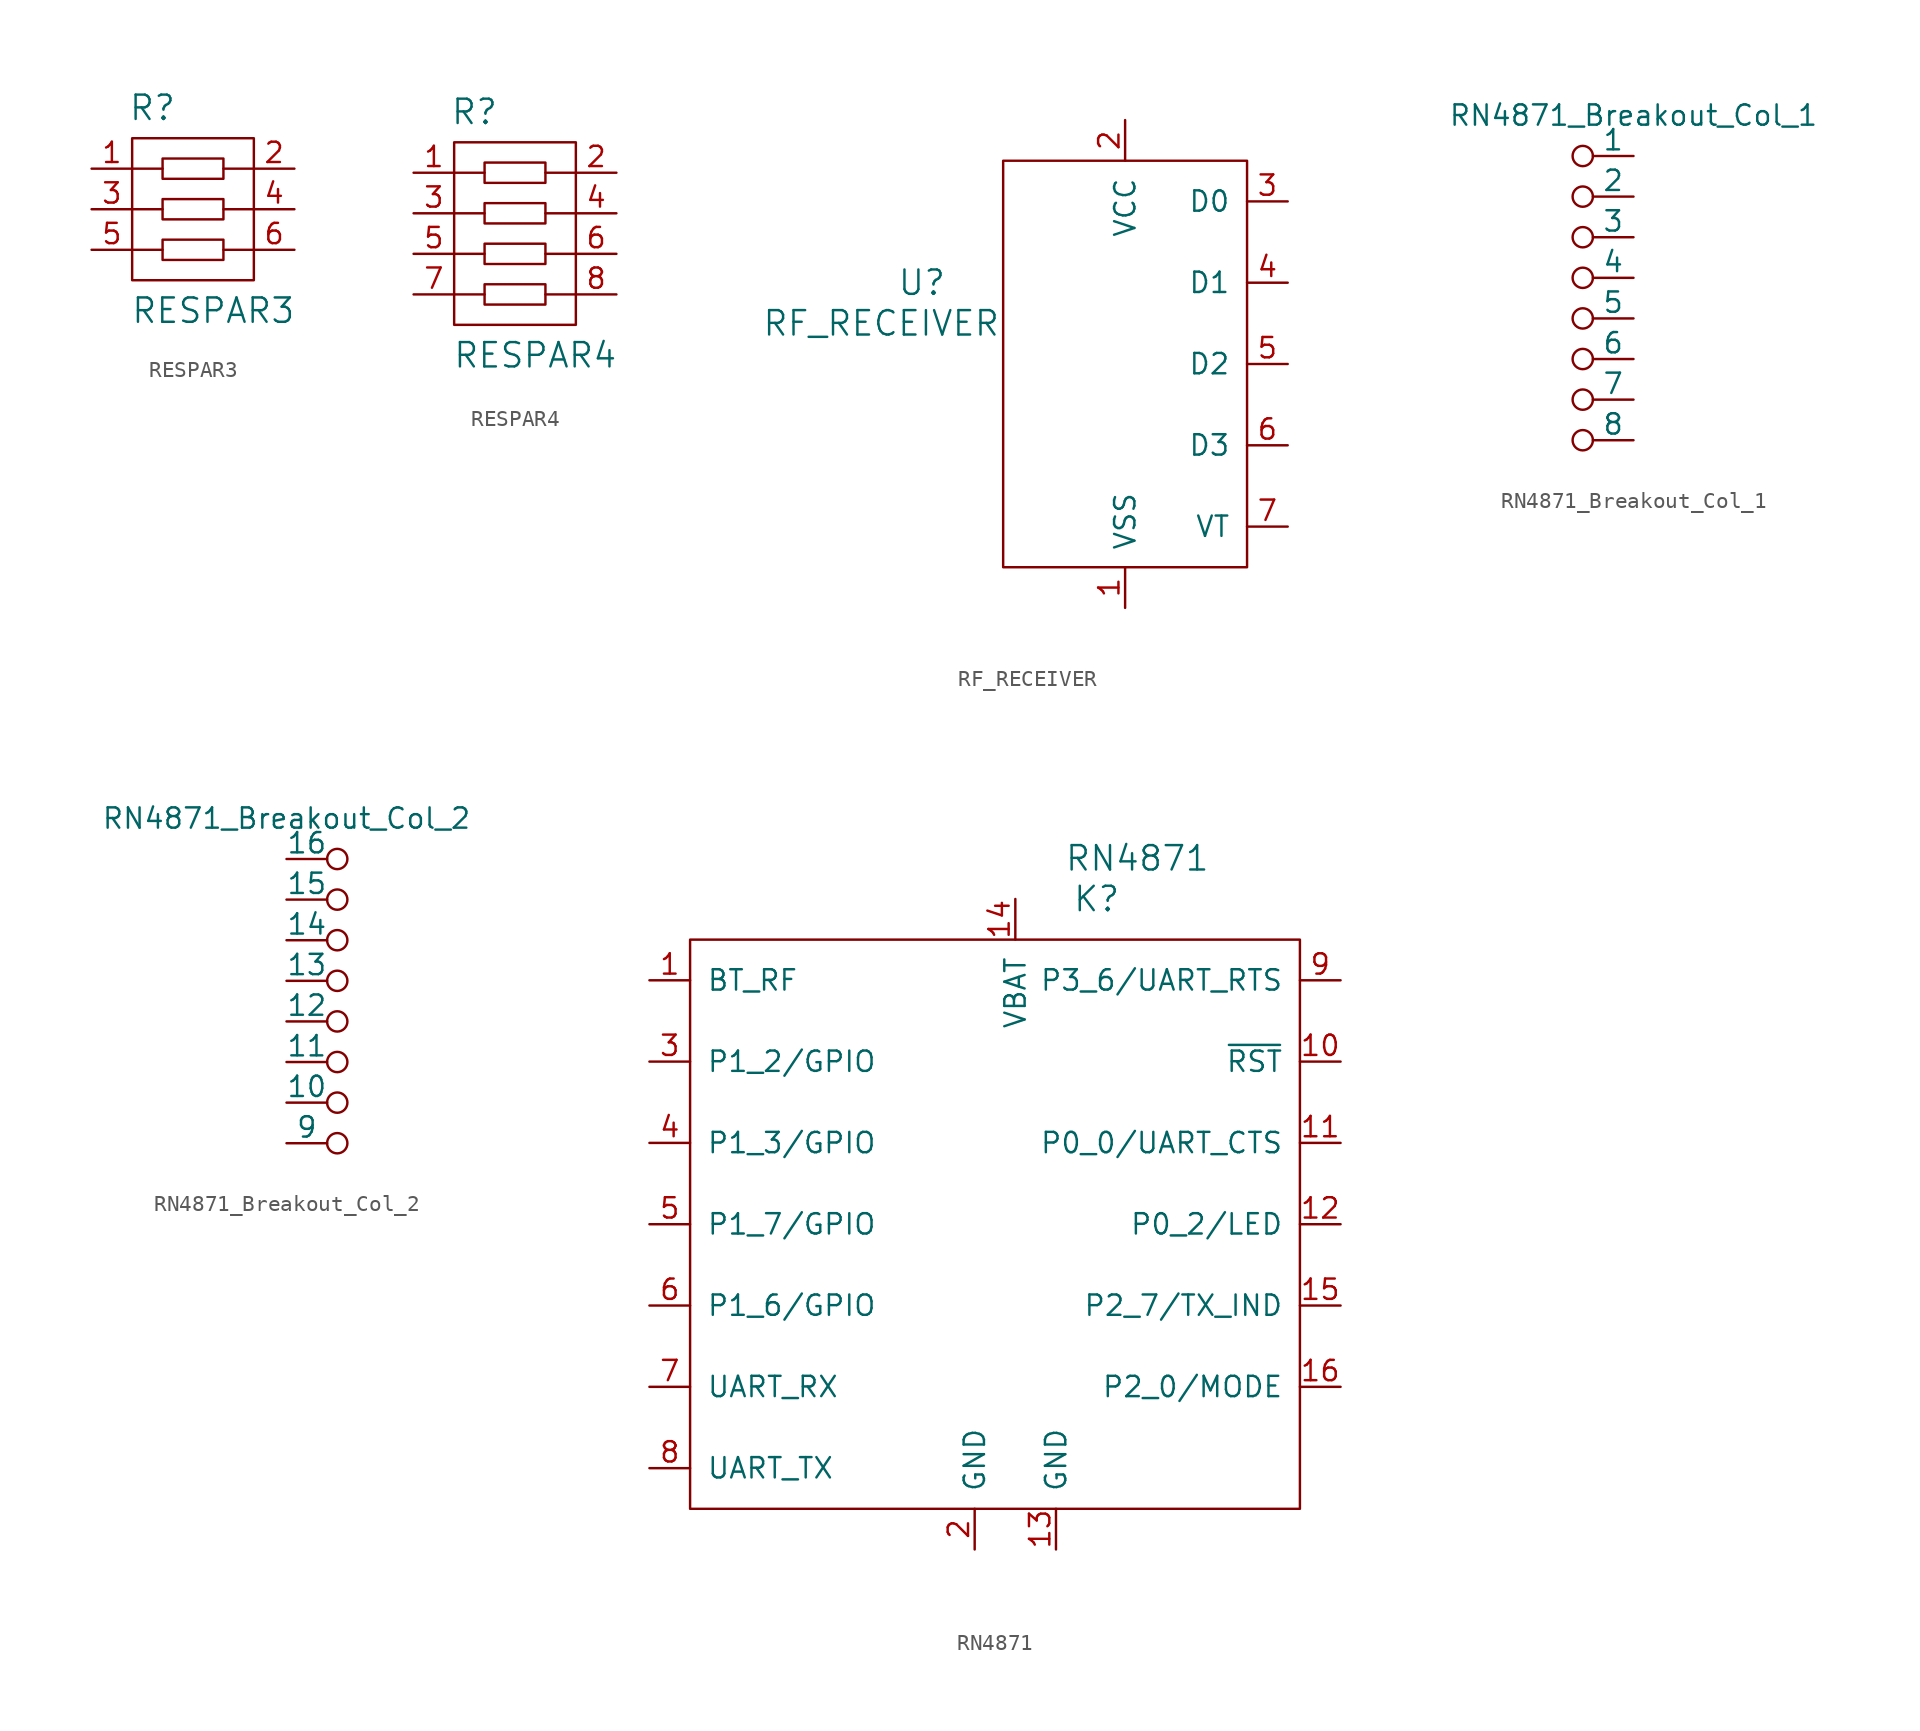
<source format=kicad_sym>
(kicad_symbol_lib
  (version 20211014)
  (generator kicad_symbol_editor)
  (symbol "RESPAR3"
    (pin_names
      (offset 1.016) hide)
    (property "Reference" "R"
      (at -2.54 6.35 0)
      (effects (font (size 1.524 1.524))))
    (property "Value" "RESPAR3"
      (at 1.27 -6.35 0)
      (effects (font (size 1.524 1.524))))
    (property "Footprint" ""
      (at 0 0 0)
      (effects (font (size 1.524 1.524))))
    (property "Datasheet" ""
      (at 0 0 0)
      (effects (font (size 1.524 1.524))))
    (symbol "RESPAR3_0_1"
      (rectangle (start -3.81 4.445) (end 3.81 -4.445) (stroke (width 0) (type default) (color 0 0 0 0)) (fill (type none)))
      (rectangle (start -1.905 -1.905) (end 1.905 -3.175) (stroke (width 0) (type default) (color 0 0 0 0)) (fill (type none)))
      (rectangle (start -1.905 0.635) (end 1.905 -0.635) (stroke (width 0) (type default) (color 0 0 0 0)) (fill (type none)))
      (rectangle (start -1.905 3.175) (end 1.905 1.905) (stroke (width 0) (type default) (color 0 0 0 0)) (fill (type none)))
      (polyline (pts (xy -1.905 -2.54) (xy -3.81 -2.54)) (stroke (width 0) (type default) (color 0 0 0 0)) (fill (type none)))
      (polyline (pts (xy -1.905 0) (xy -3.81 0)) (stroke (width 0) (type default) (color 0 0 0 0)) (fill (type none)))
      (polyline (pts (xy -1.905 2.54) (xy -3.81 2.54)) (stroke (width 0) (type default) (color 0 0 0 0)) (fill (type none)))
      (polyline (pts (xy 1.905 -2.54) (xy 3.81 -2.54)) (stroke (width 0) (type default) (color 0 0 0 0)) (fill (type none)))
      (polyline (pts (xy 1.905 2.54) (xy 3.81 2.54)) (stroke (width 0) (type default) (color 0 0 0 0)) (fill (type none)))
      (polyline (pts (xy 1.905 0) (xy 3.175 0) (xy 3.81 0)) (stroke (width 0) (type default) (color 0 0 0 0)) (fill (type none))))
    (symbol "RESPAR3_1_1"
      (pin passive line (at -6.35 2.54 0) (length 2.54) (name "1" (effects (font (size 1.27 1.27)))) (number "1" (effects (font (size 1.27 1.27)))))
      (pin passive line (at 6.35 2.54 180) (length 2.54) (name "2" (effects (font (size 1.27 1.27)))) (number "2" (effects (font (size 1.27 1.27)))))
      (pin passive line (at -6.35 0 0) (length 2.54) (name "3" (effects (font (size 1.27 1.27)))) (number "3" (effects (font (size 1.27 1.27)))))
      (pin passive line (at 6.35 0 180) (length 2.54) (name "4" (effects (font (size 1.27 1.27)))) (number "4" (effects (font (size 1.27 1.27)))))
      (pin passive line (at -6.35 -2.54 0) (length 2.54) (name "5" (effects (font (size 1.27 1.27)))) (number "5" (effects (font (size 1.27 1.27)))))
      (pin passive line (at 6.35 -2.54 180) (length 2.54) (name "6" (effects (font (size 1.27 1.27)))) (number "6" (effects (font (size 1.27 1.27)))))))
  (symbol "RESPAR4"
    (pin_names
      (offset 1.016) hide)
    (property "Reference" "R"
      (at -2.54 7.62 0)
      (effects (font (size 1.524 1.524))))
    (property "Value" "RESPAR4"
      (at 1.27 -7.62 0)
      (effects (font (size 1.524 1.524))))
    (property "Footprint" ""
      (at 0 0 0)
      (effects (font (size 1.524 1.524))))
    (property "Datasheet" ""
      (at 0 0 0)
      (effects (font (size 1.524 1.524))))
    (symbol "RESPAR4_0_1"
      (rectangle (start -3.81 5.715) (end 3.81 -5.715) (stroke (width 0) (type default) (color 0 0 0 0)) (fill (type none)))
      (rectangle (start -1.905 -3.175) (end 1.905 -4.445) (stroke (width 0) (type default) (color 0 0 0 0)) (fill (type none)))
      (rectangle (start -1.905 -0.635) (end 1.905 -1.905) (stroke (width 0) (type default) (color 0 0 0 0)) (fill (type none)))
      (rectangle (start -1.905 1.905) (end 1.905 0.635) (stroke (width 0) (type default) (color 0 0 0 0)) (fill (type none)))
      (rectangle (start -1.905 4.445) (end 1.905 3.175) (stroke (width 0) (type default) (color 0 0 0 0)) (fill (type none)))
      (polyline (pts (xy -1.905 -3.81) (xy -3.81 -3.81)) (stroke (width 0) (type default) (color 0 0 0 0)) (fill (type none)))
      (polyline (pts (xy -1.905 -1.27) (xy -3.81 -1.27)) (stroke (width 0) (type default) (color 0 0 0 0)) (fill (type none)))
      (polyline (pts (xy -1.905 1.27) (xy -3.81 1.27)) (stroke (width 0) (type default) (color 0 0 0 0)) (fill (type none)))
      (polyline (pts (xy -1.905 3.81) (xy -3.81 3.81)) (stroke (width 0) (type default) (color 0 0 0 0)) (fill (type none)))
      (polyline (pts (xy 1.905 -3.81) (xy 3.81 -3.81)) (stroke (width 0) (type default) (color 0 0 0 0)) (fill (type none)))
      (polyline (pts (xy 1.905 -1.27) (xy 3.81 -1.27)) (stroke (width 0) (type default) (color 0 0 0 0)) (fill (type none)))
      (polyline (pts (xy 1.905 3.81) (xy 3.81 3.81)) (stroke (width 0) (type default) (color 0 0 0 0)) (fill (type none)))
      (polyline (pts (xy 1.905 1.27) (xy 3.175 1.27) (xy 3.81 1.27)) (stroke (width 0) (type default) (color 0 0 0 0)) (fill (type none))))
    (symbol "RESPAR4_1_1"
      (pin passive line (at -6.35 3.81 0) (length 2.54) (name "1" (effects (font (size 1.27 1.27)))) (number "1" (effects (font (size 1.27 1.27)))))
      (pin passive line (at 6.35 3.81 180) (length 2.54) (name "2" (effects (font (size 1.27 1.27)))) (number "2" (effects (font (size 1.27 1.27)))))
      (pin passive line (at -6.35 1.27 0) (length 2.54) (name "3" (effects (font (size 1.27 1.27)))) (number "3" (effects (font (size 1.27 1.27)))))
      (pin passive line (at 6.35 1.27 180) (length 2.54) (name "4" (effects (font (size 1.27 1.27)))) (number "4" (effects (font (size 1.27 1.27)))))
      (pin passive line (at -6.35 -1.27 0) (length 2.54) (name "5" (effects (font (size 1.27 1.27)))) (number "5" (effects (font (size 1.27 1.27)))))
      (pin passive line (at 6.35 -1.27 180) (length 2.54) (name "6" (effects (font (size 1.27 1.27)))) (number "6" (effects (font (size 1.27 1.27)))))
      (pin passive line (at -6.35 -3.81 0) (length 2.54) (name "7" (effects (font (size 1.27 1.27)))) (number "7" (effects (font (size 1.27 1.27)))))
      (pin passive line (at 6.35 -3.81 180) (length 2.54) (name "8" (effects (font (size 1.27 1.27)))) (number "8" (effects (font (size 1.27 1.27)))))))
  (symbol "RF_RECEIVER"
    (pin_names
      (offset 1.016))
    (property "Reference" "U"
      (at -12.7 5.08 0)
      (effects (font (size 1.524 1.524))))
    (property "Value" "RF_RECEIVER"
      (at -15.24 2.54 0)
      (effects (font (size 1.524 1.524))))
    (symbol "RF_RECEIVER_0_1"
      (rectangle (start 7.62 12.7) (end -7.62 -12.7) (stroke (width 0) (type default) (color 0 0 0 0)) (fill (type none))))
    (symbol "RF_RECEIVER_1_1"
      (pin power_in line (at 0 -15.24 90) (length 2.54) (name "VSS" (effects (font (size 1.27 1.27)))) (number "1" (effects (font (size 1.27 1.27)))))
      (pin power_in line (at 0 15.24 270) (length 2.54) (name "VCC" (effects (font (size 1.27 1.27)))) (number "2" (effects (font (size 1.27 1.27)))))
      (pin output line (at 10.16 10.16 180) (length 2.54) (name "D0" (effects (font (size 1.27 1.27)))) (number "3" (effects (font (size 1.27 1.27)))))
      (pin output line (at 10.16 5.08 180) (length 2.54) (name "D1" (effects (font (size 1.27 1.27)))) (number "4" (effects (font (size 1.27 1.27)))))
      (pin output line (at 10.16 0 180) (length 2.54) (name "D2" (effects (font (size 1.27 1.27)))) (number "5" (effects (font (size 1.27 1.27)))))
      (pin output line (at 10.16 -5.08 180) (length 2.54) (name "D3" (effects (font (size 1.27 1.27)))) (number "6" (effects (font (size 1.27 1.27)))))
      (pin output line (at 10.16 -10.16 180) (length 2.54) (name "VT" (effects (font (size 1.27 1.27)))) (number "7" (effects (font (size 1.27 1.27)))))))
  (symbol "RN4871_Breakout_Col_1"
    (pin_numbers hide)
    (pin_names
      (offset 0))
    (property "Reference" "J"
      (at 0 2.54 0)
      (effects (font (size 1.27 1.27)) hide))
    (property "Value" "RN4871_Breakout_Col_1"
      (at 0 2.54 0)
      (effects (font (size 1.27 1.27))))
    (symbol "RN4871_Breakout_Col_1_0_1"
      (circle (center -3.175 0) (radius 0.635) (stroke (width 0) (type default) (color 0 0 0 0)) (fill (type none))))
    (symbol "RN4871_Breakout_Col_1_1_1"
      (circle (center -3.175 -17.78) (radius 0.635) (stroke (width 0) (type default) (color 0 0 0 0)) (fill (type none)))
      (circle (center -3.175 -15.24) (radius 0.635) (stroke (width 0) (type default) (color 0 0 0 0)) (fill (type none)))
      (circle (center -3.175 -12.7) (radius 0.635) (stroke (width 0) (type default) (color 0 0 0 0)) (fill (type none)))
      (circle (center -3.175 -10.16) (radius 0.635) (stroke (width 0) (type default) (color 0 0 0 0)) (fill (type none)))
      (circle (center -3.175 -7.62) (radius 0.635) (stroke (width 0) (type default) (color 0 0 0 0)) (fill (type none)))
      (circle (center -3.175 -5.08) (radius 0.635) (stroke (width 0) (type default) (color 0 0 0 0)) (fill (type none)))
      (circle (center -3.175 -2.54) (radius 0.635) (stroke (width 0) (type default) (color 0 0 0 0)) (fill (type none)))
      (pin passive line (at 0 0 180) (length 2.54) (name "1" (effects (font (size 1.27 1.27)))) (number "1" (effects (font (size 1.27 1.27)))))
      (pin passive line (at 0 -2.54 180) (length 2.54) (name "2" (effects (font (size 1.27 1.27)))) (number "2" (effects (font (size 1.27 1.27)))))
      (pin passive line (at 0 -5.08 180) (length 2.54) (name "3" (effects (font (size 1.27 1.27)))) (number "3" (effects (font (size 1.27 1.27)))))
      (pin passive line (at 0 -7.62 180) (length 2.54) (name "4" (effects (font (size 1.27 1.27)))) (number "4" (effects (font (size 1.27 1.27)))))
      (pin passive line (at 0 -10.16 180) (length 2.54) (name "5" (effects (font (size 1.27 1.27)))) (number "5" (effects (font (size 1.27 1.27)))))
      (pin passive line (at 0 -12.7 180) (length 2.54) (name "6" (effects (font (size 1.27 1.27)))) (number "6" (effects (font (size 1.27 1.27)))))
      (pin passive line (at 0 -15.24 180) (length 2.54) (name "7" (effects (font (size 1.27 1.27)))) (number "7" (effects (font (size 1.27 1.27)))))
      (pin passive line (at 0 -17.78 180) (length 2.54) (name "8" (effects (font (size 1.27 1.27)))) (number "8" (effects (font (size 1.27 1.27)))))))
  (symbol "RN4871_Breakout_Col_2"
    (pin_numbers hide)
    (pin_names
      (offset 0))
    (property "Reference" "J"
      (at 0 2.54 0)
      (effects (font (size 1.27 1.27)) hide))
    (property "Value" "RN4871_Breakout_Col_2"
      (at 0 2.54 0)
      (effects (font (size 1.27 1.27))))
    (symbol "RN4871_Breakout_Col_2_0_1"
      (circle (center 3.175 -17.78) (radius 0.635) (stroke (width 0) (type default) (color 0 0 0 0)) (fill (type none))))
    (symbol "RN4871_Breakout_Col_2_1_1"
      (circle (center 3.175 -15.24) (radius 0.635) (stroke (width 0) (type default) (color 0 0 0 0)) (fill (type none)))
      (circle (center 3.175 -12.7) (radius 0.635) (stroke (width 0) (type default) (color 0 0 0 0)) (fill (type none)))
      (circle (center 3.175 -10.16) (radius 0.635) (stroke (width 0) (type default) (color 0 0 0 0)) (fill (type none)))
      (circle (center 3.175 -7.62) (radius 0.635) (stroke (width 0) (type default) (color 0 0 0 0)) (fill (type none)))
      (circle (center 3.175 -5.08) (radius 0.635) (stroke (width 0) (type default) (color 0 0 0 0)) (fill (type none)))
      (circle (center 3.175 -2.54) (radius 0.635) (stroke (width 0) (type default) (color 0 0 0 0)) (fill (type none)))
      (circle (center 3.175 0) (radius 0.635) (stroke (width 0) (type default) (color 0 0 0 0)) (fill (type none)))
      (pin passive line (at 0 -17.78 0) (length 2.54) (name "9" (effects (font (size 1.27 1.27)))) (number "1" (effects (font (size 1.27 1.27)))))
      (pin passive line (at 0 -15.24 0) (length 2.54) (name "10" (effects (font (size 1.27 1.27)))) (number "2" (effects (font (size 1.27 1.27)))))
      (pin passive line (at 0 -12.7 0) (length 2.54) (name "11" (effects (font (size 1.27 1.27)))) (number "3" (effects (font (size 1.27 1.27)))))
      (pin passive line (at 0 -10.16 0) (length 2.54) (name "12" (effects (font (size 1.27 1.27)))) (number "4" (effects (font (size 1.27 1.27)))))
      (pin passive line (at 0 -7.62 0) (length 2.54) (name "13" (effects (font (size 1.27 1.27)))) (number "5" (effects (font (size 1.27 1.27)))))
      (pin passive line (at 0 -5.08 0) (length 2.54) (name "14" (effects (font (size 1.27 1.27)))) (number "6" (effects (font (size 1.27 1.27)))))
      (pin passive line (at 0 -2.54 0) (length 2.54) (name "15" (effects (font (size 1.27 1.27)))) (number "7" (effects (font (size 1.27 1.27)))))
      (pin passive line (at 0 0 0) (length 2.54) (name "16" (effects (font (size 1.27 1.27)))) (number "8" (effects (font (size 1.27 1.27)))))))
  (symbol "RN4871"
    (pin_names
      (offset 1.016))
    (property "Reference" "K"
      (at 5.08 20.32 0)
      (effects (font (size 1.524 1.524))))
    (property "Value" "RN4871"
      (at 7.62 22.86 0)
      (effects (font (size 1.524 1.524))))
    (symbol "RN4871_0_1"
      (rectangle (start -20.32 17.78) (end 17.78 -17.78) (stroke (width 0) (type default) (color 0 0 0 0)) (fill (type none))))
    (symbol "RN4871_1_1"
      (pin bidirectional line (at -22.86 15.24 0) (length 2.54) (name "BT_RF" (effects (font (size 1.27 1.27)))) (number "1" (effects (font (size 1.27 1.27)))))
      (pin bidirectional line (at 20.32 10.16 180) (length 2.54) (name "~{RST}" (effects (font (size 1.27 1.27)))) (number "10" (effects (font (size 1.27 1.27)))))
      (pin bidirectional line (at 20.32 5.08 180) (length 2.54) (name "P0_0/UART_CTS" (effects (font (size 1.27 1.27)))) (number "11" (effects (font (size 1.27 1.27)))))
      (pin bidirectional line (at 20.32 0 180) (length 2.54) (name "P0_2/LED" (effects (font (size 1.27 1.27)))) (number "12" (effects (font (size 1.27 1.27)))))
      (pin power_in line (at 2.54 -20.32 90) (length 2.54) (name "GND" (effects (font (size 1.27 1.27)))) (number "13" (effects (font (size 1.27 1.27)))))
      (pin power_in line (at 0 20.32 270) (length 2.54) (name "VBAT" (effects (font (size 1.27 1.27)))) (number "14" (effects (font (size 1.27 1.27)))))
      (pin bidirectional line (at 20.32 -5.08 180) (length 2.54) (name "P2_7/TX_IND" (effects (font (size 1.27 1.27)))) (number "15" (effects (font (size 1.27 1.27)))))
      (pin passive line (at 20.32 -10.16 180) (length 2.54) (name "P2_0/MODE" (effects (font (size 1.27 1.27)))) (number "16" (effects (font (size 1.27 1.27)))))
      (pin power_in line (at -2.54 -20.32 90) (length 2.54) (name "GND" (effects (font (size 1.27 1.27)))) (number "2" (effects (font (size 1.27 1.27)))))
      (pin bidirectional line (at -22.86 10.16 0) (length 2.54) (name "P1_2/GPIO" (effects (font (size 1.27 1.27)))) (number "3" (effects (font (size 1.27 1.27)))))
      (pin bidirectional line (at -22.86 5.08 0) (length 2.54) (name "P1_3/GPIO" (effects (font (size 1.27 1.27)))) (number "4" (effects (font (size 1.27 1.27)))))
      (pin bidirectional line (at -22.86 0 0) (length 2.54) (name "P1_7/GPIO" (effects (font (size 1.27 1.27)))) (number "5" (effects (font (size 1.27 1.27)))))
      (pin bidirectional line (at -22.86 -5.08 0) (length 2.54) (name "P1_6/GPIO" (effects (font (size 1.27 1.27)))) (number "6" (effects (font (size 1.27 1.27)))))
      (pin bidirectional line (at -22.86 -10.16 0) (length 2.54) (name "UART_RX" (effects (font (size 1.27 1.27)))) (number "7" (effects (font (size 1.27 1.27)))))
      (pin bidirectional line (at -22.86 -15.24 0) (length 2.54) (name "UART_TX" (effects (font (size 1.27 1.27)))) (number "8" (effects (font (size 1.27 1.27)))))
      (pin bidirectional line (at 20.32 15.24 180) (length 2.54) (name "P3_6/UART_RTS" (effects (font (size 1.27 1.27)))) (number "9" (effects (font (size 1.27 1.27))))))))
</source>
